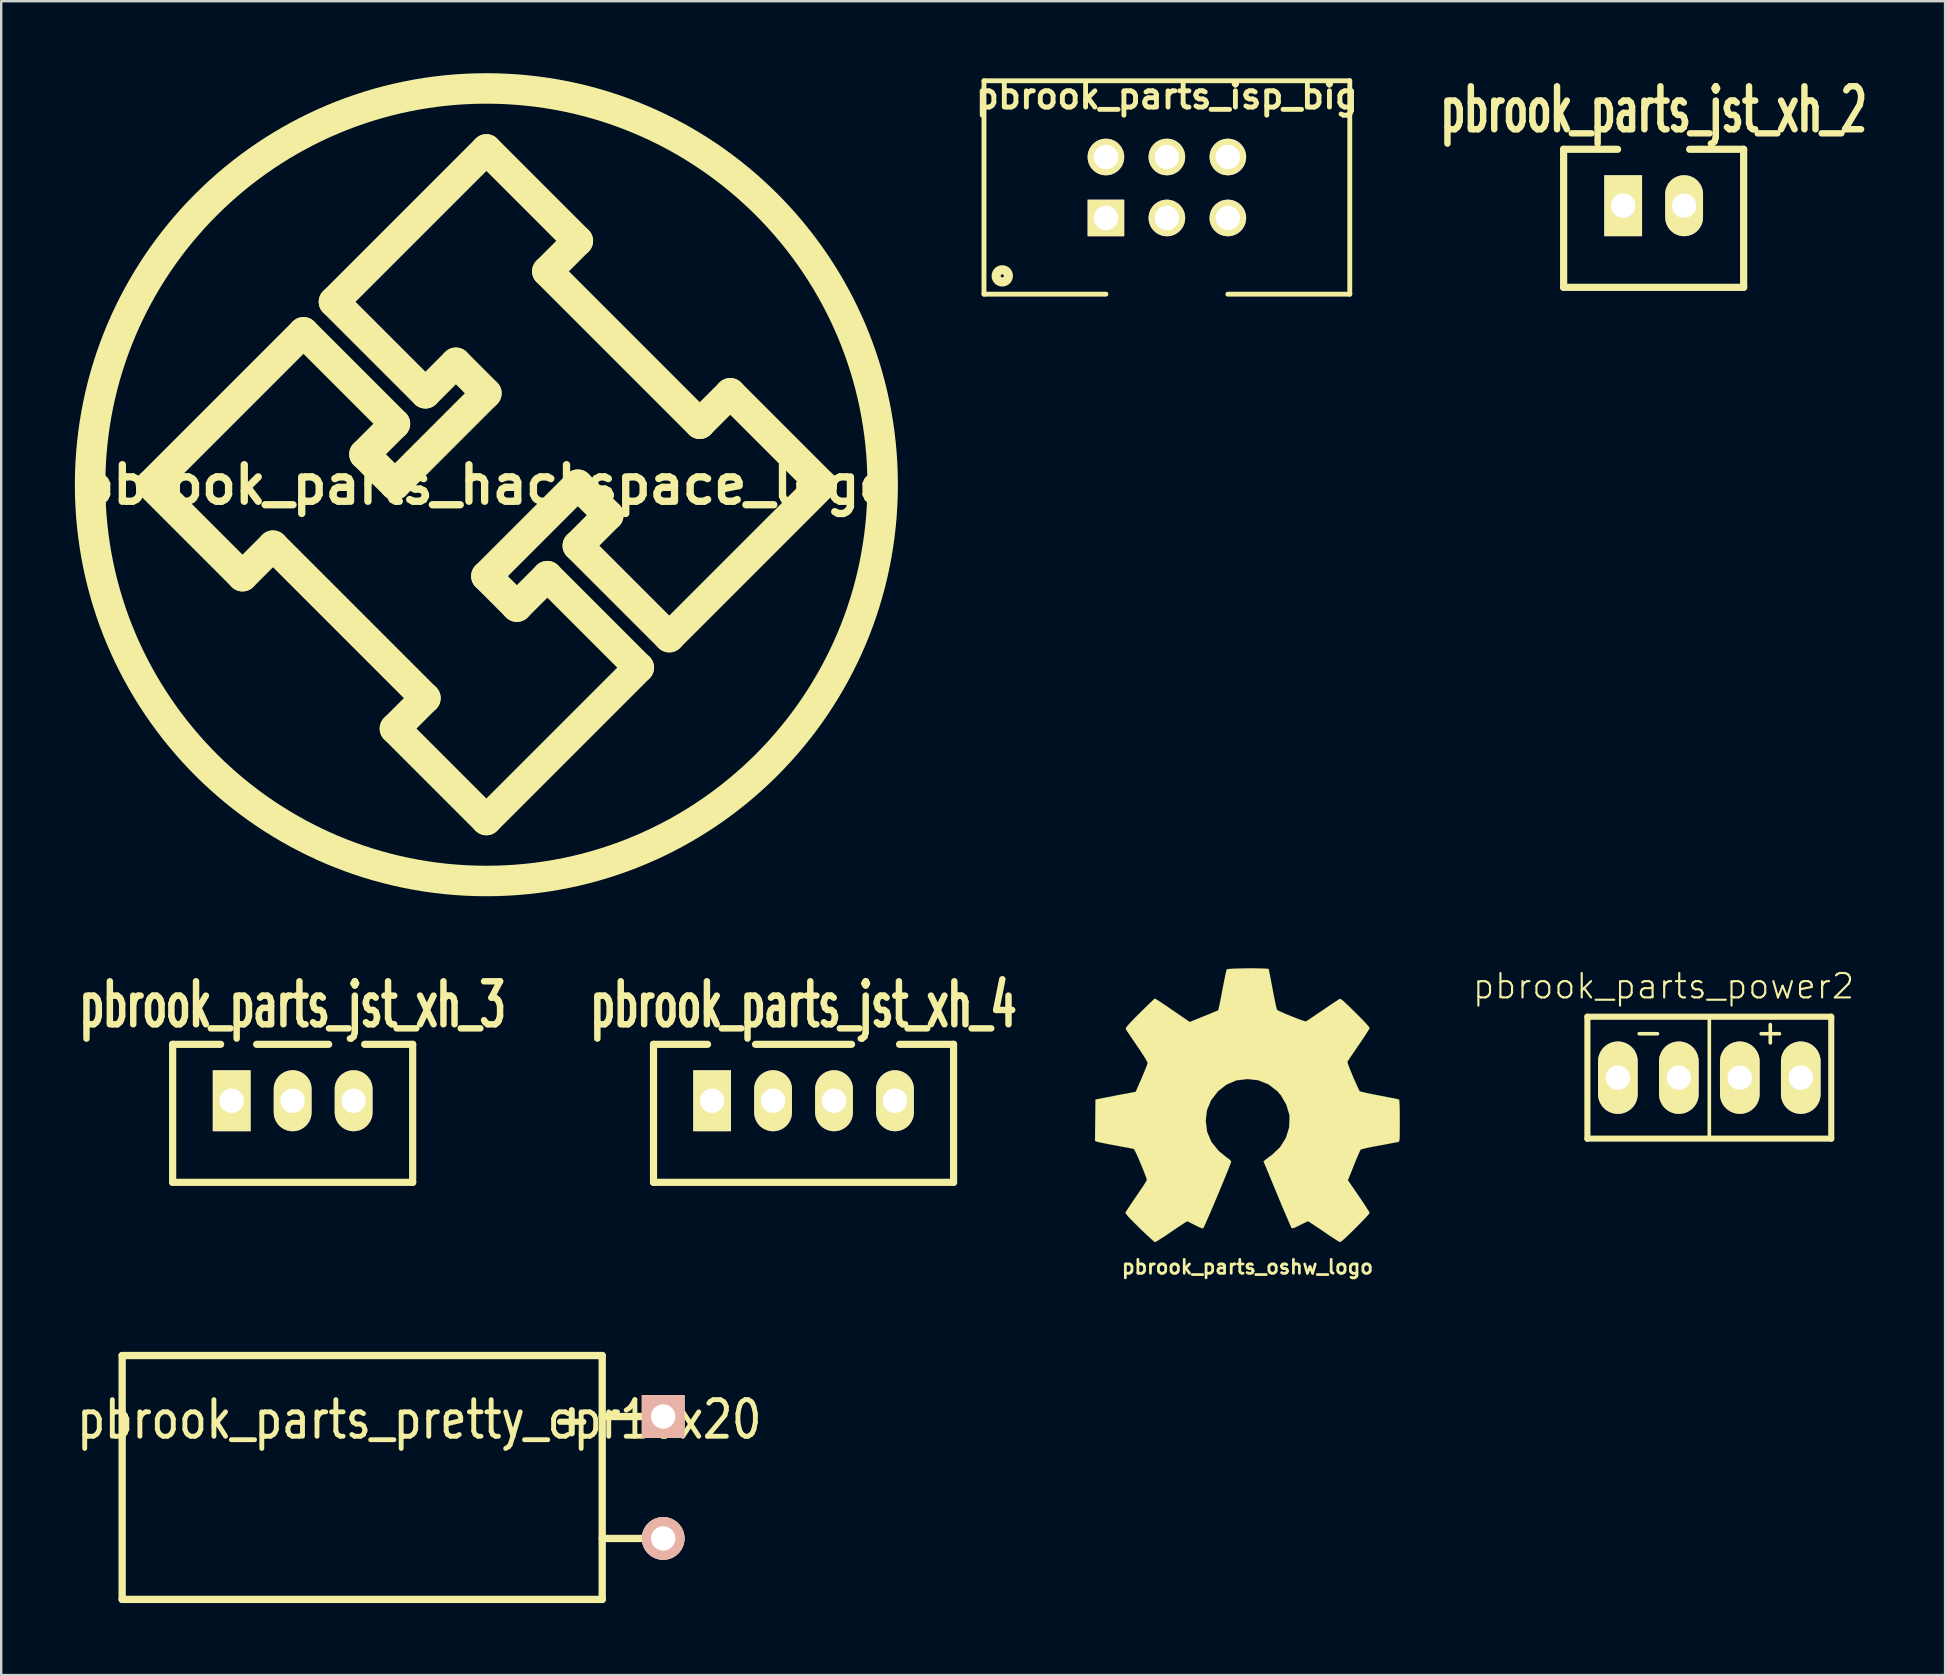
<source format=kicad_pcb>
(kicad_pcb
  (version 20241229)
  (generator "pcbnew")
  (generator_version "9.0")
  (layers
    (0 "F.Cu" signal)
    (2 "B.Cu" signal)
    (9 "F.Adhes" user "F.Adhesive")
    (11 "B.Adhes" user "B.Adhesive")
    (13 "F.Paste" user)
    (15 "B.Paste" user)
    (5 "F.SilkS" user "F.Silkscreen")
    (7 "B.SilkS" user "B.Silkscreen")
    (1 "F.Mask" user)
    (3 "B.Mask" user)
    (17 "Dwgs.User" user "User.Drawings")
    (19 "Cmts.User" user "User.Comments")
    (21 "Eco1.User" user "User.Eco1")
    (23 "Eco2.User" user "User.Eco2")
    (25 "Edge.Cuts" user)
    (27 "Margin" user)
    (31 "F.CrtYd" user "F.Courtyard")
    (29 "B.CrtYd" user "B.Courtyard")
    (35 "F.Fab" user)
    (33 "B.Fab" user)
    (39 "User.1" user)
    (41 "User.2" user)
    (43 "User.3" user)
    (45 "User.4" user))
  (footprint "pbrook_parts_power2"
    (layer "F.Cu")
    (at 68.166 41.85)
    (property "Reference" "pbrook_parts_power2" (at -1.905 -3.81 0) (layer "F.SilkS") (effects (font (size 1.016 1.016) (thickness 0.089))))
    (attr exclude_from_pos_files exclude_from_bom)
    (fp_line (start -5.08 -2.54) (end -5.08 2.54) (stroke (width 0.254) (type solid)) (layer "F.SilkS"))
    (fp_line (start -5.08 -2.54) (end 5.08 -2.54) (stroke (width 0.254) (type solid)) (layer "F.SilkS"))
    (fp_line (start 0 -2.54) (end 0 2.54) (stroke (width 0.15) (type solid)) (layer "F.SilkS"))
    (fp_line (start 5.08 -2.54) (end 5.08 2.54) (stroke (width 0.254) (type solid)) (layer "F.SilkS"))
    (fp_line (start 5.08 2.54) (end -5.08 2.54) (stroke (width 0.254) (type solid)) (layer "F.SilkS"))
    (fp_text user "-" (at -2.54 -1.905 0) (layer "F.SilkS") (effects (font (size 1 1) (thickness 0.15))))
    (fp_text user "+" (at 2.54 -1.905 0) (layer "F.SilkS") (effects (font (size 1 1) (thickness 0.15))))
    (pad "1" thru_hole oval (at -3.81 0) (size 1.651 3.015) (drill 1.016) (layers "*.Cu" "*.Mask" "F.SilkS" "F.Paste"))
    (pad "1" thru_hole oval (at -1.27 0) (size 1.651 3.015) (drill 1.016) (layers "*.Cu" "*.Mask" "F.SilkS" "F.Paste"))
    (pad "2" thru_hole oval (at 1.27 0) (size 1.651 3.015) (drill 1.016) (layers "*.Cu" "*.Mask" "F.SilkS" "F.Paste"))
    (pad "2" thru_hole oval (at 3.81 0) (size 1.651 3.015) (drill 1.016) (layers "*.Cu" "*.Mask" "F.SilkS" "F.Paste")))
  (footprint "pbrook_parts_jst_xh_2"
    (layer "F.Cu")
    (at 65.846 5.52)
    (property "Reference" "pbrook_parts_jst_xh_2" (at 0 -4 0) (layer "F.SilkS") (effects (font (size 1.791 1.077) (thickness 0.269))))
    (attr through_hole)
    (fp_line (start -3.75 -2.35) (end -1.5 -2.35) (stroke (width 0.3) (type solid)) (layer "F.SilkS"))
    (fp_line (start -3.75 3.4) (end -3.75 -2.35) (stroke (width 0.3) (type solid)) (layer "F.SilkS"))
    (fp_line (start 1.5 -2.35) (end 3.75 -2.35) (stroke (width 0.3) (type solid)) (layer "F.SilkS"))
    (fp_line (start 3.75 -2.35) (end 3.75 3.4) (stroke (width 0.3) (type solid)) (layer "F.SilkS"))
    (fp_line (start 3.75 3.4) (end -3.75 3.4) (stroke (width 0.3) (type solid)) (layer "F.SilkS"))
    (pad "1" thru_hole rect (at -1.27 0) (size 1.575 2.54) (drill 1.016) (layers "*.Cu" "*.Mask" "F.SilkS"))
    (pad "2" thru_hole oval (at 1.27 0) (size 1.575 2.54) (drill 1.016) (layers "*.Cu" "*.Mask" "F.SilkS")))
  (footprint "pbrook_parts_isp_big"
    (layer "F.Cu")
    (at 45.566 4.761)
    (property "Reference" "pbrook_parts_isp_big" (at 0 -3.81 0) (layer "F.SilkS") (effects (font (size 1.016 1.016) (thickness 0.203))))
    (attr through_hole)
    (fp_line (start -7.62 -4.445) (end 7.62 -4.445) (stroke (width 0.203) (type solid)) (layer "F.SilkS"))
    (fp_line (start -7.62 4.445) (end -7.62 -4.445) (stroke (width 0.203) (type solid)) (layer "F.SilkS"))
    (fp_line (start -2.54 4.445) (end -7.62 4.445) (stroke (width 0.203) (type solid)) (layer "F.SilkS"))
    (fp_line (start 7.62 -4.445) (end 7.62 4.445) (stroke (width 0.203) (type solid)) (layer "F.SilkS"))
    (fp_line (start 7.62 4.445) (end 2.54 4.445) (stroke (width 0.203) (type solid)) (layer "F.SilkS"))
    (fp_circle (center -6.858 3.683) (end -6.604 3.683) (stroke (width 0.381) (type solid)) (fill no) (layer "F.SilkS"))
    (pad "1" thru_hole rect (at -2.54 1.27) (size 1.524 1.524) (drill 1.016) (layers "*.Cu" "*.Mask" "F.SilkS"))
    (pad "2" thru_hole circle (at -2.54 -1.27) (size 1.524 1.524) (drill 1.016) (layers "*.Cu" "*.Mask" "F.SilkS"))
    (pad "3" thru_hole circle (at 0 1.27) (size 1.524 1.524) (drill 1.016) (layers "*.Cu" "*.Mask" "F.SilkS"))
    (pad "4" thru_hole circle (at 0 -1.27) (size 1.524 1.524) (drill 1.016) (layers "*.Cu" "*.Mask" "F.SilkS"))
    (pad "5" thru_hole circle (at 2.54 1.27) (size 1.524 1.524) (drill 1.016) (layers "*.Cu" "*.Mask" "F.SilkS"))
    (pad "6" thru_hole circle (at 2.54 -1.27) (size 1.524 1.524) (drill 1.016) (layers "*.Cu" "*.Mask" "F.SilkS")))
  (footprint "pbrook_parts_hackspace_logo"
    (layer "F.Cu")
    (at 17.214 17.145)
    (property "Reference" "pbrook_parts_hackspace_logo" (at 0 0 0) (layer "F.SilkS") (effects (font (size 1.524 1.524) (thickness 0.305))))
    (attr through_hole)
    (fp_line (start -13.97 0) (end -10.16 3.81) (stroke (width 1.27) (type solid)) (layer "F.SilkS"))
    (fp_line (start -10.16 3.81) (end -8.89 2.54) (stroke (width 1.27) (type solid)) (layer "F.SilkS"))
    (fp_line (start -8.89 2.54) (end -2.54 8.89) (stroke (width 1.27) (type solid)) (layer "F.SilkS"))
    (fp_line (start -7.62 -6.35) (end -13.97 0) (stroke (width 1.27) (type solid)) (layer "F.SilkS"))
    (fp_line (start -6.35 -7.62) (end -2.54 -3.81) (stroke (width 1.27) (type solid)) (layer "F.SilkS"))
    (fp_line (start -5.08 -1.27) (end -3.81 -2.54) (stroke (width 1.27) (type solid)) (layer "F.SilkS"))
    (fp_line (start -3.81 -2.54) (end -7.62 -6.35) (stroke (width 1.27) (type solid)) (layer "F.SilkS"))
    (fp_line (start -3.81 0) (end -5.08 -1.27) (stroke (width 1.27) (type solid)) (layer "F.SilkS"))
    (fp_line (start -3.81 10.16) (end 0 13.97) (stroke (width 1.27) (type solid)) (layer "F.SilkS"))
    (fp_line (start -2.54 -3.81) (end -1.27 -5.08) (stroke (width 1.27) (type solid)) (layer "F.SilkS"))
    (fp_line (start -2.54 8.89) (end -3.81 10.16) (stroke (width 1.27) (type solid)) (layer "F.SilkS"))
    (fp_line (start -1.27 -5.08) (end 0 -3.81) (stroke (width 1.27) (type solid)) (layer "F.SilkS"))
    (fp_line (start 0 -13.97) (end -6.35 -7.62) (stroke (width 1.27) (type solid)) (layer "F.SilkS"))
    (fp_line (start 0 -3.81) (end -3.81 0) (stroke (width 1.27) (type solid)) (layer "F.SilkS"))
    (fp_line (start 0 13.97) (end 6.35 7.62) (stroke (width 1.27) (type solid)) (layer "F.SilkS"))
    (fp_line (start 1.27 5.08) (end 0 3.81) (stroke (width 1.27) (type solid)) (layer "F.SilkS"))
    (fp_line (start 2.54 -8.89) (end 3.81 -10.16) (stroke (width 1.27) (type solid)) (layer "F.SilkS"))
    (fp_line (start 2.54 3.81) (end 1.27 5.08) (stroke (width 1.27) (type solid)) (layer "F.SilkS"))
    (fp_line (start 3.81 -10.16) (end 0 -13.97) (stroke (width 1.27) (type solid)) (layer "F.SilkS"))
    (fp_line (start 3.81 0) (end 0 3.81) (stroke (width 1.27) (type solid)) (layer "F.SilkS"))
    (fp_line (start 3.81 0) (end 5.08 1.27) (stroke (width 1.27) (type solid)) (layer "F.SilkS"))
    (fp_line (start 3.81 2.54) (end 7.62 6.35) (stroke (width 1.27) (type solid)) (layer "F.SilkS"))
    (fp_line (start 5.08 1.27) (end 3.81 2.54) (stroke (width 1.27) (type solid)) (layer "F.SilkS"))
    (fp_line (start 6.35 7.62) (end 2.54 3.81) (stroke (width 1.27) (type solid)) (layer "F.SilkS"))
    (fp_line (start 7.62 6.35) (end 13.97 0) (stroke (width 1.27) (type solid)) (layer "F.SilkS"))
    (fp_line (start 8.89 -2.54) (end 2.54 -8.89) (stroke (width 1.27) (type solid)) (layer "F.SilkS"))
    (fp_line (start 10.16 -3.81) (end 8.89 -2.54) (stroke (width 1.27) (type solid)) (layer "F.SilkS"))
    (fp_line (start 13.97 0) (end 10.16 -3.81) (stroke (width 1.27) (type solid)) (layer "F.SilkS"))
    (fp_circle (center 0 0) (end 0 16.51) (stroke (width 1.27) (type solid)) (fill no) (layer "F.SilkS")))
  (footprint "pbrook_parts_jst_xh_4"
    (layer "F.Cu")
    (at 30.428 42.81)
    (property "Reference" "pbrook_parts_jst_xh_4" (at 0 -4 0) (layer "F.SilkS") (effects (font (size 1.791 1.077) (thickness 0.269))))
    (attr through_hole)
    (fp_line (start -6.25 -2.35) (end -4 -2.35) (stroke (width 0.3) (type solid)) (layer "F.SilkS"))
    (fp_line (start -6.25 3.4) (end -6.25 -2.35) (stroke (width 0.3) (type solid)) (layer "F.SilkS"))
    (fp_line (start -2 -2.35) (end 2 -2.35) (stroke (width 0.3) (type solid)) (layer "F.SilkS"))
    (fp_line (start 4 -2.35) (end 6.25 -2.35) (stroke (width 0.3) (type solid)) (layer "F.SilkS"))
    (fp_line (start 6.25 -2.35) (end 6.25 3.4) (stroke (width 0.3) (type solid)) (layer "F.SilkS"))
    (fp_line (start 6.25 3.4) (end -6.25 3.4) (stroke (width 0.3) (type solid)) (layer "F.SilkS"))
    (pad "1" thru_hole rect (at -3.81 0) (size 1.575 2.54) (drill 1.016) (layers "*.Cu" "*.Mask" "F.SilkS"))
    (pad "2" thru_hole oval (at -1.27 0) (size 1.575 2.54) (drill 1.016) (layers "*.Cu" "*.Mask" "F.SilkS"))
    (pad "3" thru_hole oval (at 1.27 0) (size 1.575 2.54) (drill 1.016) (layers "*.Cu" "*.Mask" "F.SilkS"))
    (pad "4" thru_hole oval (at 3.81 0) (size 1.575 2.54) (drill 1.016) (layers "*.Cu" "*.Mask" "F.SilkS")))
  (footprint "pbrook_parts_oshw_logo"
    (layer "F.Cu")
    (at 48.922 42.999)
    (property "Reference" "pbrook_parts_oshw_logo" (at 0 6.736 0) (layer "F.SilkS") (effects (font (size 0.579 0.579) (thickness 0.114))))
    (attr through_hole)
    (fp_poly (pts (xy -3.851 5.705) (xy -3.782 5.669) (xy -3.635 5.575) (xy -3.421 5.438) (xy -3.172 5.268) (xy -2.921 5.098) (xy -2.713 4.961) (xy -2.568 4.867) (xy -2.507 4.834) (xy -2.477 4.846) (xy -2.355 4.905) (xy -2.182 4.994) (xy -2.083 5.044) (xy -1.923 5.116) (xy -1.844 5.128) (xy -1.831 5.105) (xy -1.773 4.983) (xy -1.681 4.778) (xy -1.56 4.501) (xy -1.422 4.178) (xy -1.275 3.83) (xy -1.128 3.477) (xy -0.988 3.139) (xy -0.864 2.835) (xy -0.765 2.588) (xy -0.699 2.416) (xy -0.676 2.342) (xy -0.683 2.327) (xy -0.762 2.248) (xy -0.902 2.144) (xy -1.201 1.9) (xy -1.499 1.532) (xy -1.679 1.11) (xy -1.737 0.643) (xy -1.687 0.208) (xy -1.516 -0.208) (xy -1.227 -0.582) (xy -0.874 -0.861) (xy -0.462 -1.036) (xy 0 -1.092) (xy 0.442 -1.044) (xy 0.869 -0.876) (xy 1.242 -0.592) (xy 1.4 -0.409) (xy 1.618 -0.028) (xy 1.742 0.378) (xy 1.755 0.483) (xy 1.737 0.927) (xy 1.605 1.354) (xy 1.369 1.737) (xy 1.044 2.05) (xy 1.003 2.08) (xy 0.851 2.192) (xy 0.749 2.271) (xy 0.671 2.337) (xy 1.237 3.703) (xy 1.328 3.922) (xy 1.483 4.295) (xy 1.621 4.615) (xy 1.73 4.872) (xy 1.806 5.044) (xy 1.839 5.113) (xy 1.844 5.116) (xy 1.892 5.126) (xy 1.999 5.088) (xy 2.187 4.994) (xy 2.314 4.93) (xy 2.459 4.859) (xy 2.525 4.834) (xy 2.581 4.864) (xy 2.72 4.956) (xy 2.924 5.09) (xy 3.167 5.255) (xy 3.399 5.415) (xy 3.614 5.555) (xy 3.772 5.657) (xy 3.846 5.697) (xy 3.858 5.697) (xy 3.927 5.659) (xy 4.049 5.555) (xy 4.234 5.38) (xy 4.498 5.121) (xy 4.539 5.08) (xy 4.755 4.859) (xy 4.93 4.676) (xy 5.05 4.544) (xy 5.09 4.483) (xy 5.052 4.409) (xy 4.953 4.255) (xy 4.811 4.036) (xy 4.638 3.782) (xy 4.186 3.124) (xy 4.435 2.504) (xy 4.511 2.314) (xy 4.608 2.083) (xy 4.681 1.92) (xy 4.717 1.847) (xy 4.785 1.824) (xy 4.956 1.783) (xy 5.199 1.732) (xy 5.494 1.676) (xy 5.773 1.626) (xy 6.027 1.577) (xy 6.21 1.542) (xy 6.292 1.527) (xy 6.312 1.514) (xy 6.327 1.473) (xy 6.34 1.389) (xy 6.345 1.234) (xy 6.347 0.993) (xy 6.347 0.643) (xy 6.347 0.605) (xy 6.345 0.269) (xy 6.34 0.005) (xy 6.33 -0.17) (xy 6.32 -0.239) (xy 6.317 -0.239) (xy 6.238 -0.259) (xy 6.06 -0.297) (xy 5.806 -0.345) (xy 5.507 -0.404) (xy 5.486 -0.406) (xy 5.187 -0.465) (xy 4.935 -0.518) (xy 4.76 -0.559) (xy 4.684 -0.582) (xy 4.669 -0.602) (xy 4.608 -0.719) (xy 4.524 -0.907) (xy 4.422 -1.133) (xy 4.326 -1.369) (xy 4.239 -1.58) (xy 4.183 -1.74) (xy 4.166 -1.811) (xy 4.166 -1.814) (xy 4.211 -1.885) (xy 4.315 -2.04) (xy 4.463 -2.256) (xy 4.636 -2.512) (xy 4.651 -2.532) (xy 4.823 -2.786) (xy 4.963 -3) (xy 5.057 -3.152) (xy 5.09 -3.221) (xy 5.09 -3.226) (xy 5.034 -3.302) (xy 4.905 -3.447) (xy 4.719 -3.64) (xy 4.496 -3.863) (xy 4.425 -3.934) (xy 4.178 -4.173) (xy 4.008 -4.333) (xy 3.901 -4.417) (xy 3.851 -4.435) (xy 3.848 -4.432) (xy 3.772 -4.387) (xy 3.612 -4.282) (xy 3.393 -4.135) (xy 3.137 -3.96) (xy 3.117 -3.947) (xy 2.865 -3.777) (xy 2.652 -3.632) (xy 2.502 -3.533) (xy 2.436 -3.493) (xy 2.426 -3.493) (xy 2.322 -3.523) (xy 2.141 -3.586) (xy 1.92 -3.673) (xy 1.684 -3.767) (xy 1.471 -3.858) (xy 1.311 -3.932) (xy 1.234 -3.973) (xy 1.234 -3.978) (xy 1.206 -4.069) (xy 1.163 -4.257) (xy 1.11 -4.519) (xy 1.049 -4.831) (xy 1.041 -4.879) (xy 0.983 -5.184) (xy 0.935 -5.433) (xy 0.899 -5.606) (xy 0.881 -5.677) (xy 0.838 -5.687) (xy 0.691 -5.697) (xy 0.465 -5.702) (xy 0.193 -5.707) (xy -0.097 -5.705) (xy -0.376 -5.697) (xy -0.617 -5.69) (xy -0.787 -5.677) (xy -0.859 -5.664) (xy -0.861 -5.659) (xy -0.889 -5.565) (xy -0.93 -5.375) (xy -0.983 -5.113) (xy -1.044 -4.801) (xy -1.054 -4.745) (xy -1.11 -4.445) (xy -1.161 -4.196) (xy -1.199 -4.026) (xy -1.217 -3.96) (xy -1.245 -3.945) (xy -1.369 -3.891) (xy -1.572 -3.807) (xy -1.821 -3.706) (xy -2.403 -3.47) (xy -3.117 -3.96) (xy -3.18 -4.003) (xy -3.437 -4.178) (xy -3.647 -4.318) (xy -3.795 -4.412) (xy -3.856 -4.448) (xy -3.861 -4.445) (xy -3.932 -4.381) (xy -4.072 -4.249) (xy -4.265 -4.061) (xy -4.491 -3.838) (xy -4.656 -3.673) (xy -4.851 -3.472) (xy -4.976 -3.338) (xy -5.044 -3.251) (xy -5.07 -3.2) (xy -5.062 -3.165) (xy -5.016 -3.091) (xy -4.912 -2.936) (xy -4.765 -2.718) (xy -4.592 -2.466) (xy -4.45 -2.256) (xy -4.295 -2.017) (xy -4.194 -1.847) (xy -4.158 -1.763) (xy -4.168 -1.727) (xy -4.216 -1.587) (xy -4.303 -1.377) (xy -4.409 -1.125) (xy -4.656 -0.561) (xy -5.027 -0.49) (xy -5.25 -0.45) (xy -5.565 -0.389) (xy -5.865 -0.33) (xy -6.332 -0.239) (xy -6.35 1.483) (xy -6.276 1.514) (xy -6.208 1.532) (xy -6.035 1.57) (xy -5.786 1.621) (xy -5.494 1.674) (xy -5.245 1.722) (xy -4.994 1.768) (xy -4.813 1.803) (xy -4.735 1.821) (xy -4.714 1.847) (xy -4.651 1.968) (xy -4.562 2.162) (xy -4.463 2.395) (xy -4.361 2.637) (xy -4.275 2.857) (xy -4.211 3.028) (xy -4.188 3.114) (xy -4.224 3.18) (xy -4.318 3.327) (xy -4.458 3.538) (xy -4.628 3.787) (xy -4.798 4.036) (xy -4.94 4.249) (xy -5.042 4.404) (xy -5.083 4.473) (xy -5.062 4.521) (xy -4.963 4.641) (xy -4.775 4.836) (xy -4.496 5.113) (xy -4.45 5.159) (xy -4.227 5.372) (xy -4.039 5.545) (xy -3.907 5.662) (xy -3.851 5.705)) (stroke (width 0.003) (type solid)) (fill yes) (layer "F.SilkS")))
  (footprint "pbrook_parts_pretty_cpr10x20"
    (layer "F.Cu")
    (at 24.58 58.634)
    (property "Reference" "pbrook_parts_pretty_cpr10x20" (at -10.16 -2.54 0) (layer "F.SilkS") (effects (font (size 1.524 1.27) (thickness 0.203))))
    (attr through_hole)
    (fp_line (start -22.54 -5.207) (end -22.54 4.953) (stroke (width 0.305) (type solid)) (layer "F.SilkS"))
    (fp_line (start -22.54 4.953) (end -2.54 4.953) (stroke (width 0.305) (type solid)) (layer "F.SilkS"))
    (fp_line (start -2.54 -5.207) (end -22.54 -5.207) (stroke (width 0.305) (type solid)) (layer "F.SilkS"))
    (fp_line (start -2.54 -2.667) (end 0 -2.667) (stroke (width 0.305) (type solid)) (layer "F.SilkS"))
    (fp_line (start -2.54 2.413) (end 0 2.413) (stroke (width 0.305) (type solid)) (layer "F.SilkS"))
    (fp_line (start -2.54 4.953) (end -2.54 -5.207) (stroke (width 0.305) (type solid)) (layer "F.SilkS"))
    (fp_text user "+" (at -3.81 -2.54 0) (layer "F.SilkS") (effects (font (size 1.27 1.27) (thickness 0.254))))
    (pad "1" thru_hole rect (at 0 -2.667) (size 1.778 1.778) (drill 1.016) (layers "*.Cu" "*.SilkS" "*.Mask"))
    (pad "2" thru_hole circle (at 0 2.413) (size 1.778 1.778) (drill 1.016) (layers "*.Cu" "*.SilkS" "*.Mask")))
  (footprint "pbrook_parts_jst_xh_3"
    (layer "F.Cu")
    (at 9.143 42.81)
    (property "Reference" "pbrook_parts_jst_xh_3" (at 0 -4 0) (layer "F.SilkS") (effects (font (size 1.791 1.077) (thickness 0.269))))
    (attr through_hole)
    (fp_line (start -5 -2.35) (end -3 -2.35) (stroke (width 0.3) (type solid)) (layer "F.SilkS"))
    (fp_line (start -5 3.4) (end -5 -2.35) (stroke (width 0.3) (type solid)) (layer "F.SilkS"))
    (fp_line (start -1.5 -2.35) (end 1.5 -2.35) (stroke (width 0.3) (type solid)) (layer "F.SilkS"))
    (fp_line (start 3 -2.35) (end 5 -2.35) (stroke (width 0.3) (type solid)) (layer "F.SilkS"))
    (fp_line (start 5 -2.35) (end 5 3.4) (stroke (width 0.3) (type solid)) (layer "F.SilkS"))
    (fp_line (start 5 3.4) (end -5 3.4) (stroke (width 0.3) (type solid)) (layer "F.SilkS"))
    (pad "1" thru_hole rect (at -2.54 0) (size 1.575 2.54) (drill 1.016) (layers "*.Cu" "*.Mask" "F.SilkS"))
    (pad "2" thru_hole oval (at 0 0) (size 1.575 2.54) (drill 1.016) (layers "*.Cu" "*.Mask" "F.SilkS"))
    (pad "3" thru_hole oval (at 2.54 0) (size 1.575 2.54) (drill 1.016) (layers "*.Cu" "*.Mask" "F.SilkS")))
  (gr_rect
    (start -3 -3)
    (end 77.988 66.739)
    (stroke (width 0.1) (type default))
    (fill no)
    (layer "Edge.Cuts")))
</source>
